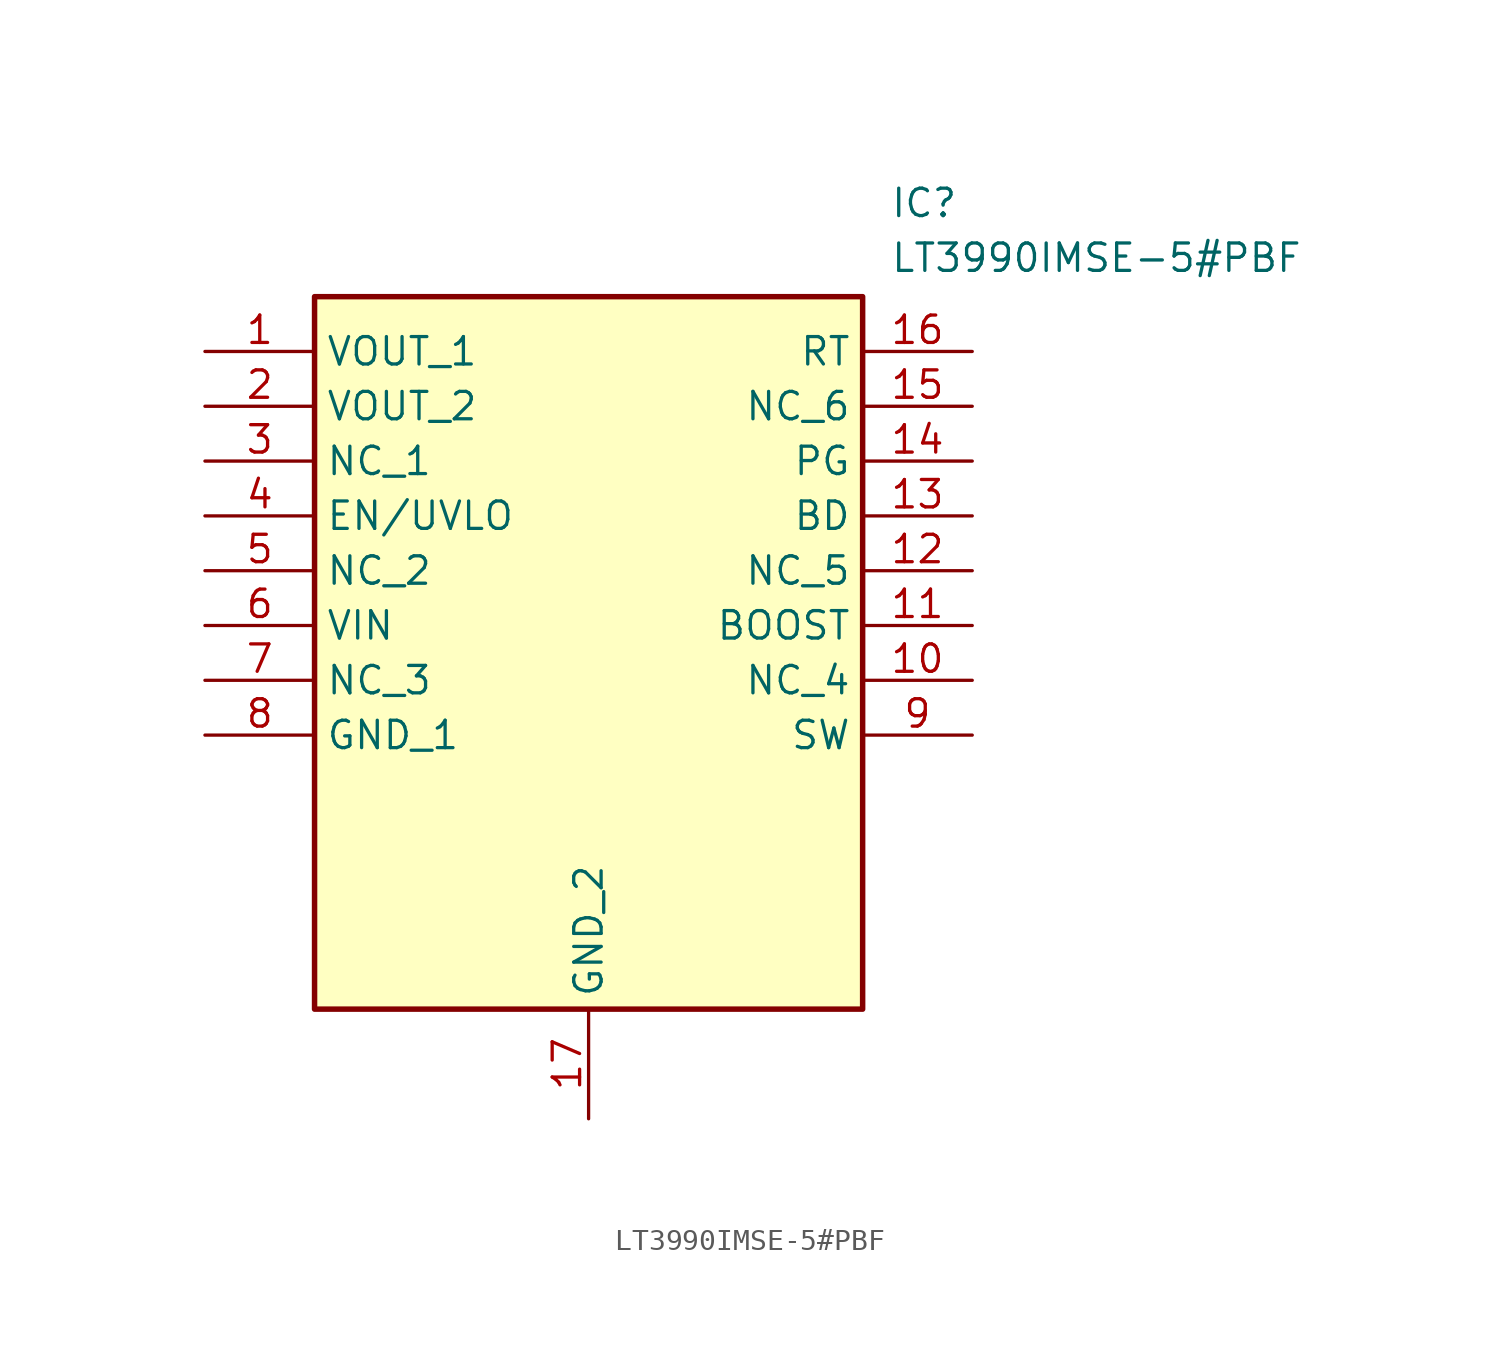
<source format=kicad_sym>
(kicad_symbol_lib
  (version 20211014)
  (generator SamacSys_ECAD_Model)
  (symbol "LT3990IMSE-5#PBF"
    (property "Reference" "IC"
      (at 31.75 7.62 0)
      (effects (font (size 1.27 1.27)) (justify left top)))
    (property "Value" "LT3990IMSE-5#PBF"
      (at 31.75 5.08 0)
      (effects (font (size 1.27 1.27)) (justify left top)))
    (rectangle
      (start 5.08 2.54)
      (end 30.48 -30.48)
      (stroke (width 0.254) (type default))
      (fill (type background)))
    (pin passive line
      (at 0 0 0)
      (length 5.08)
      (name "VOUT_1" (effects (font (size 1.27 1.27))))
      (number "1" (effects (font (size 1.27 1.27)))))
    (pin passive line
      (at 0 -2.54 0)
      (length 5.08)
      (name "VOUT_2" (effects (font (size 1.27 1.27))))
      (number "2" (effects (font (size 1.27 1.27)))))
    (pin passive line
      (at 0 -5.08 0)
      (length 5.08)
      (name "NC_1" (effects (font (size 1.27 1.27))))
      (number "3" (effects (font (size 1.27 1.27)))))
    (pin passive line
      (at 0 -7.62 0)
      (length 5.08)
      (name "EN/UVLO" (effects (font (size 1.27 1.27))))
      (number "4" (effects (font (size 1.27 1.27)))))
    (pin passive line
      (at 0 -10.16 0)
      (length 5.08)
      (name "NC_2" (effects (font (size 1.27 1.27))))
      (number "5" (effects (font (size 1.27 1.27)))))
    (pin passive line
      (at 0 -12.7 0)
      (length 5.08)
      (name "VIN" (effects (font (size 1.27 1.27))))
      (number "6" (effects (font (size 1.27 1.27)))))
    (pin passive line
      (at 0 -15.24 0)
      (length 5.08)
      (name "NC_3" (effects (font (size 1.27 1.27))))
      (number "7" (effects (font (size 1.27 1.27)))))
    (pin passive line
      (at 0 -17.78 0)
      (length 5.08)
      (name "GND_1" (effects (font (size 1.27 1.27))))
      (number "8" (effects (font (size 1.27 1.27)))))
    (pin passive line
      (at 17.78 -35.56 90)
      (length 5.08)
      (name "GND_2" (effects (font (size 1.27 1.27))))
      (number "17" (effects (font (size 1.27 1.27)))))
    (pin passive line
      (at 35.56 0 180)
      (length 5.08)
      (name "RT" (effects (font (size 1.27 1.27))))
      (number "16" (effects (font (size 1.27 1.27)))))
    (pin passive line
      (at 35.56 -2.54 180)
      (length 5.08)
      (name "NC_6" (effects (font (size 1.27 1.27))))
      (number "15" (effects (font (size 1.27 1.27)))))
    (pin passive line
      (at 35.56 -5.08 180)
      (length 5.08)
      (name "PG" (effects (font (size 1.27 1.27))))
      (number "14" (effects (font (size 1.27 1.27)))))
    (pin passive line
      (at 35.56 -7.62 180)
      (length 5.08)
      (name "BD" (effects (font (size 1.27 1.27))))
      (number "13" (effects (font (size 1.27 1.27)))))
    (pin passive line
      (at 35.56 -10.16 180)
      (length 5.08)
      (name "NC_5" (effects (font (size 1.27 1.27))))
      (number "12" (effects (font (size 1.27 1.27)))))
    (pin passive line
      (at 35.56 -12.7 180)
      (length 5.08)
      (name "BOOST" (effects (font (size 1.27 1.27))))
      (number "11" (effects (font (size 1.27 1.27)))))
    (pin passive line
      (at 35.56 -15.24 180)
      (length 5.08)
      (name "NC_4" (effects (font (size 1.27 1.27))))
      (number "10" (effects (font (size 1.27 1.27)))))
    (pin passive line
      (at 35.56 -17.78 180)
      (length 5.08)
      (name "SW" (effects (font (size 1.27 1.27))))
      (number "9" (effects (font (size 1.27 1.27)))))))
</source>
